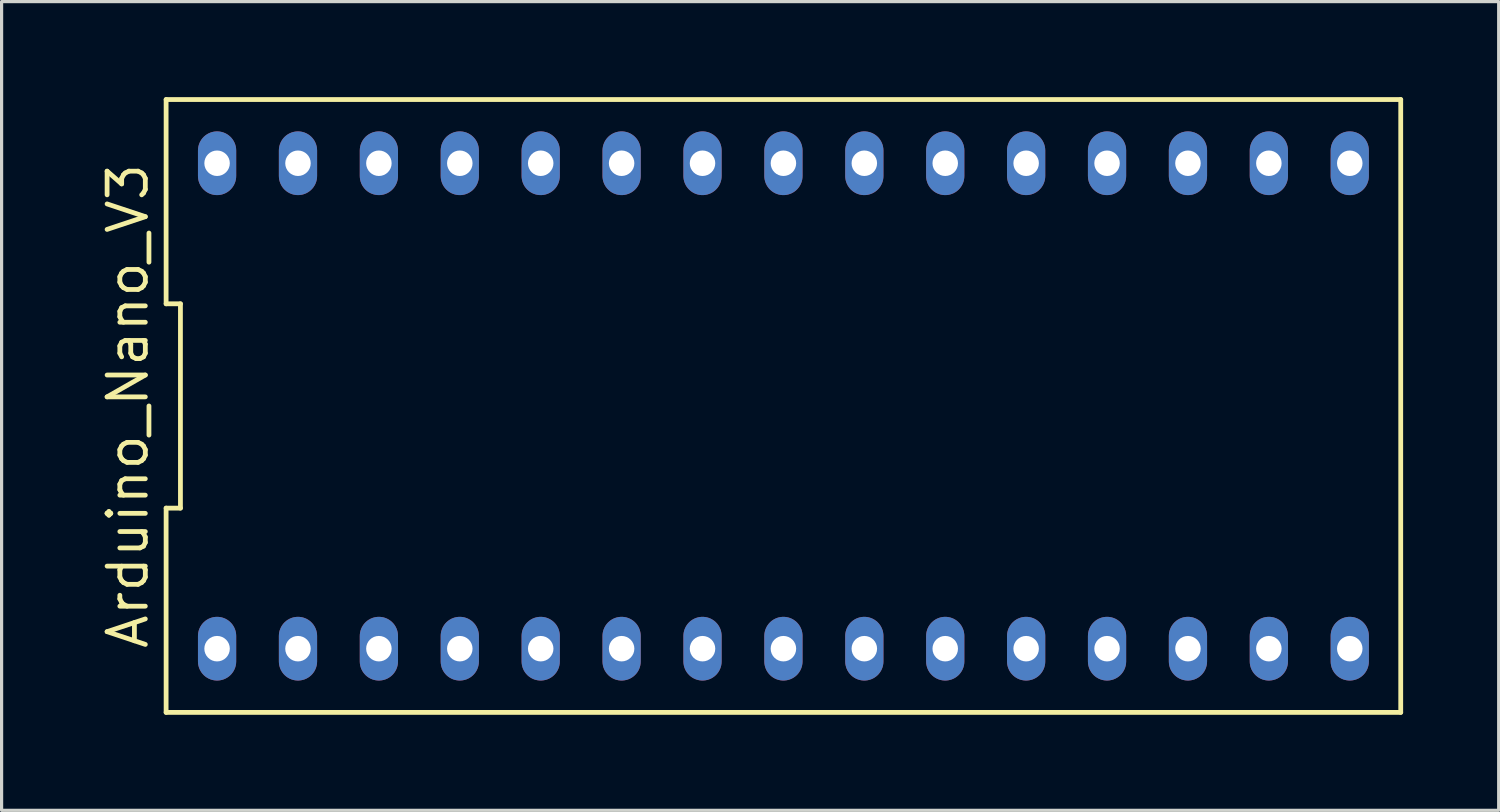
<source format=kicad_pcb>
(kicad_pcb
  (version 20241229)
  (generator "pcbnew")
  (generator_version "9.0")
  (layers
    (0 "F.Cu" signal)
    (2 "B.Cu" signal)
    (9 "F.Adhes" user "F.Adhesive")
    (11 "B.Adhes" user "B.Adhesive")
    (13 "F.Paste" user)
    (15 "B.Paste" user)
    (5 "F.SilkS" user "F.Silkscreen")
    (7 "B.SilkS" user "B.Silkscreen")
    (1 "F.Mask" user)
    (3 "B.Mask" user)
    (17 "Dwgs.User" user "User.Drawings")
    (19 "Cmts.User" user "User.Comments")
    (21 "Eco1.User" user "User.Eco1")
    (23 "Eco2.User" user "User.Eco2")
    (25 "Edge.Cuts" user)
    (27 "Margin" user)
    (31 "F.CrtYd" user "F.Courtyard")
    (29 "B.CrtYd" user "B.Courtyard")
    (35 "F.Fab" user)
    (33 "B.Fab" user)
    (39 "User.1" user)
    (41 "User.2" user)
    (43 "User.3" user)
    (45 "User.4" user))
  (footprint "Arduino_Nano_V3"
    (layer "F.Cu")
    (at 21.545 9.695)
    (property "Reference" "Arduino_Nano_V3" (at -20.58 0 90) (layer "F.SilkS") (effects (font (size 1.2 1.2) (thickness 0.15))))
    (attr through_hole)
    (fp_line (start -19.38 -9.62) (end -19.38 -3.207) (stroke (width 0.15) (type solid)) (layer "F.SilkS"))
    (fp_line (start -19.38 -3.207) (end -18.93 -3.207) (stroke (width 0.15) (type solid)) (layer "F.SilkS"))
    (fp_line (start -19.38 3.207) (end -19.38 9.62) (stroke (width 0.15) (type solid)) (layer "F.SilkS"))
    (fp_line (start -19.38 9.62) (end 19.38 9.62) (stroke (width 0.15) (type solid)) (layer "F.SilkS"))
    (fp_line (start -18.93 -3.207) (end -18.93 3.207) (stroke (width 0.15) (type solid)) (layer "F.SilkS"))
    (fp_line (start -18.93 3.207) (end -19.38 3.207) (stroke (width 0.15) (type solid)) (layer "F.SilkS"))
    (fp_line (start 19.38 -9.62) (end -19.38 -9.62) (stroke (width 0.15) (type solid)) (layer "F.SilkS"))
    (fp_line (start 19.38 9.62) (end 19.38 -9.62) (stroke (width 0.15) (type solid)) (layer "F.SilkS"))
    (pad "1" thru_hole oval (at -17.78 7.62) (size 1.2 2) (drill 0.8) (layers "*.Cu" "*.Mask"))
    (pad "2" thru_hole oval (at -15.24 7.62) (size 1.2 2) (drill 0.8) (layers "*.Cu" "*.Mask"))
    (pad "3" thru_hole oval (at -12.7 7.62) (size 1.2 2) (drill 0.8) (layers "*.Cu" "*.Mask"))
    (pad "4" thru_hole oval (at -10.16 7.62) (size 1.2 2) (drill 0.8) (layers "*.Cu" "*.Mask"))
    (pad "5" thru_hole oval (at -7.62 7.62) (size 1.2 2) (drill 0.8) (layers "*.Cu" "*.Mask"))
    (pad "6" thru_hole oval (at -5.08 7.62) (size 1.2 2) (drill 0.8) (layers "*.Cu" "*.Mask"))
    (pad "7" thru_hole oval (at -2.54 7.62) (size 1.2 2) (drill 0.8) (layers "*.Cu" "*.Mask"))
    (pad "8" thru_hole oval (at 0 7.62) (size 1.2 2) (drill 0.8) (layers "*.Cu" "*.Mask"))
    (pad "9" thru_hole oval (at 2.54 7.62) (size 1.2 2) (drill 0.8) (layers "*.Cu" "*.Mask"))
    (pad "10" thru_hole oval (at 5.08 7.62) (size 1.2 2) (drill 0.8) (layers "*.Cu" "*.Mask"))
    (pad "11" thru_hole oval (at 7.62 7.62) (size 1.2 2) (drill 0.8) (layers "*.Cu" "*.Mask"))
    (pad "12" thru_hole oval (at 10.16 7.62) (size 1.2 2) (drill 0.8) (layers "*.Cu" "*.Mask"))
    (pad "13" thru_hole oval (at 12.7 7.62) (size 1.2 2) (drill 0.8) (layers "*.Cu" "*.Mask"))
    (pad "14" thru_hole oval (at 15.24 7.62) (size 1.2 2) (drill 0.8) (layers "*.Cu" "*.Mask"))
    (pad "15" thru_hole oval (at 17.78 7.62) (size 1.2 2) (drill 0.8) (layers "*.Cu" "*.Mask"))
    (pad "16" thru_hole oval (at 17.78 -7.62) (size 1.2 2) (drill 0.8) (layers "*.Cu" "*.Mask"))
    (pad "17" thru_hole oval (at 15.24 -7.62) (size 1.2 2) (drill 0.8) (layers "*.Cu" "*.Mask"))
    (pad "18" thru_hole oval (at 12.7 -7.62) (size 1.2 2) (drill 0.8) (layers "*.Cu" "*.Mask"))
    (pad "19" thru_hole oval (at 10.16 -7.62) (size 1.2 2) (drill 0.8) (layers "*.Cu" "*.Mask"))
    (pad "20" thru_hole oval (at 7.62 -7.62) (size 1.2 2) (drill 0.8) (layers "*.Cu" "*.Mask"))
    (pad "21" thru_hole oval (at 5.08 -7.62) (size 1.2 2) (drill 0.8) (layers "*.Cu" "*.Mask"))
    (pad "22" thru_hole oval (at 2.54 -7.62) (size 1.2 2) (drill 0.8) (layers "*.Cu" "*.Mask"))
    (pad "23" thru_hole oval (at 0 -7.62) (size 1.2 2) (drill 0.8) (layers "*.Cu" "*.Mask"))
    (pad "24" thru_hole oval (at -2.54 -7.62) (size 1.2 2) (drill 0.8) (layers "*.Cu" "*.Mask"))
    (pad "25" thru_hole oval (at -5.08 -7.62) (size 1.2 2) (drill 0.8) (layers "*.Cu" "*.Mask"))
    (pad "26" thru_hole oval (at -7.62 -7.62) (size 1.2 2) (drill 0.8) (layers "*.Cu" "*.Mask"))
    (pad "27" thru_hole oval (at -10.16 -7.62) (size 1.2 2) (drill 0.8) (layers "*.Cu" "*.Mask"))
    (pad "28" thru_hole oval (at -12.7 -7.62) (size 1.2 2) (drill 0.8) (layers "*.Cu" "*.Mask"))
    (pad "29" thru_hole oval (at -15.24 -7.62) (size 1.2 2) (drill 0.8) (layers "*.Cu" "*.Mask"))
    (pad "30" thru_hole oval (at -17.78 -7.62) (size 1.2 2) (drill 0.8) (layers "*.Cu" "*.Mask")))
  (gr_rect
    (start -3 -3)
    (end 44 22.39)
    (stroke (width 0.1) (type default))
    (fill no)
    (layer "Edge.Cuts")))
</source>
